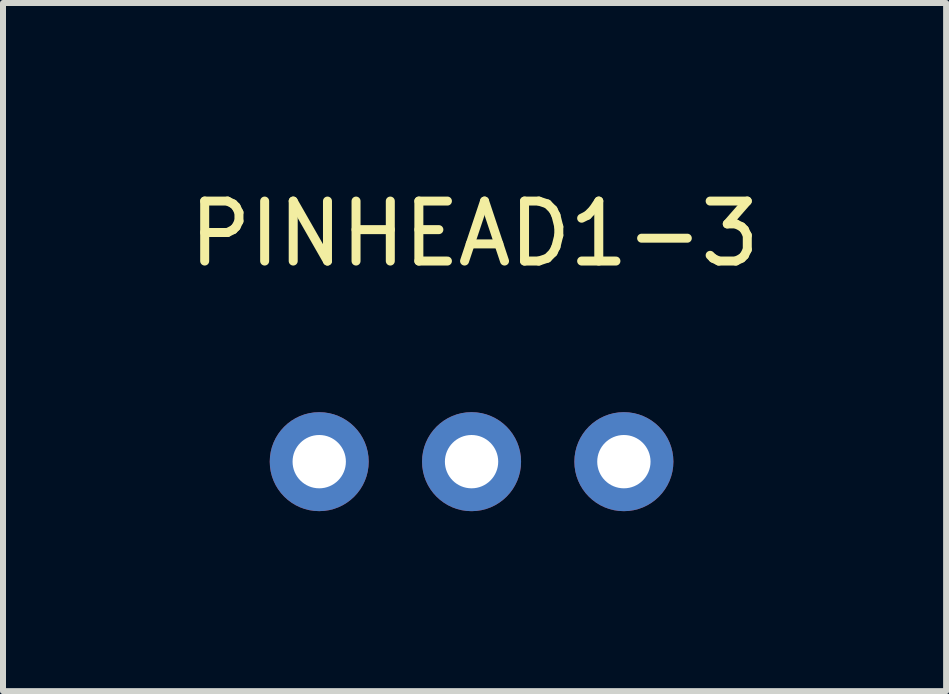
<source format=kicad_pcb>
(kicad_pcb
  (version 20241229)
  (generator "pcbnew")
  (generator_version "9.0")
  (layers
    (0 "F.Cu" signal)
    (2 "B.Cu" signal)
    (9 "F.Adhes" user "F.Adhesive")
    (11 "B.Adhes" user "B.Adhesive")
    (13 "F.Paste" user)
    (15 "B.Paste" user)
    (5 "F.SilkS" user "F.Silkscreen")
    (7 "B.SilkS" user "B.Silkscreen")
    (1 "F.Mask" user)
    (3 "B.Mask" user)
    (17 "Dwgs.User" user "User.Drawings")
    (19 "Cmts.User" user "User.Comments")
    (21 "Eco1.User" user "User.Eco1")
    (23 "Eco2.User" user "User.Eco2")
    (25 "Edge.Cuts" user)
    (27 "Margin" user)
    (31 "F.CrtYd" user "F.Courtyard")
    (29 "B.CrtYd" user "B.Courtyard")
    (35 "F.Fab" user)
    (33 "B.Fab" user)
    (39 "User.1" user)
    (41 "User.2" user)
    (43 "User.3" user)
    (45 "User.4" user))
  (footprint "PINHEAD1-3"
    (layer "F.Cu")
    (at 4.813 4.648)
    (property "Reference" "PINHEAD1-3" (at 0.05 -3.8 0) (layer "F.SilkS") (effects (font (size 1 1) (thickness 0.15))))
    (attr exclude_from_pos_files exclude_from_bom)
    (pad "1" thru_hole circle (at -2.54 0) (size 1.65 1.65) (drill 0.889) (layers "*.Cu" "*.Mask"))
    (pad "2" thru_hole circle (at 0 0) (size 1.651 1.651) (drill 0.889) (layers "*.Cu" "*.Mask"))
    (pad "3" thru_hole circle (at 2.54 0) (size 1.651 1.651) (drill 0.889) (layers "*.Cu" "*.Mask")))
  (gr_rect
    (start -3 -3)
    (end 12.726 8.474)
    (stroke (width 0.1) (type default))
    (fill no)
    (layer "Edge.Cuts")))
</source>
